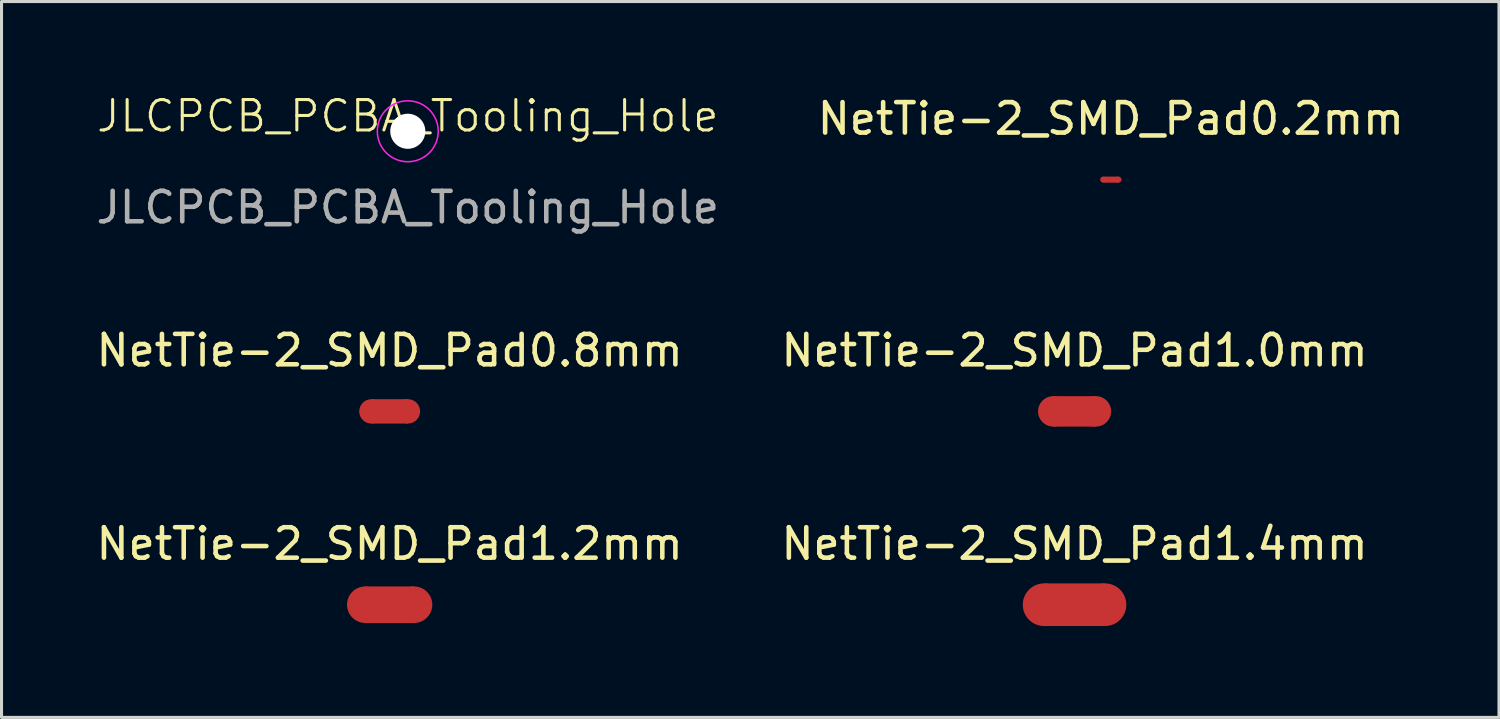
<source format=kicad_pcb>
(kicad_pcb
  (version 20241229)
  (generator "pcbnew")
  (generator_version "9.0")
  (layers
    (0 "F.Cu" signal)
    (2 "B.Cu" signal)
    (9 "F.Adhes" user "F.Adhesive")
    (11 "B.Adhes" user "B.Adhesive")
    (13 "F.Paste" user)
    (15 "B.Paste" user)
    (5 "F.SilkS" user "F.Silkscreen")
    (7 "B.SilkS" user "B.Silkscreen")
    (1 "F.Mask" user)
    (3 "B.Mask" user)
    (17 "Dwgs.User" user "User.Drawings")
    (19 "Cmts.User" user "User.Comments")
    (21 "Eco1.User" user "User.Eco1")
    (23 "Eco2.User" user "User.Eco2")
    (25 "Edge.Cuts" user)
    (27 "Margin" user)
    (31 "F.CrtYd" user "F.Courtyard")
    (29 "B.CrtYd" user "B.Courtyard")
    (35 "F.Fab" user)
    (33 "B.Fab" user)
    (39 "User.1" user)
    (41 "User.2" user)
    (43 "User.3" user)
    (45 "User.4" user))
  (footprint "NetTie-2_SMD_Pad0.2mm"
    (layer "F.Cu")
    (at 33.423 2.848)
    (property "Reference" "NetTie-2_SMD_Pad0.2mm" (at 0 -2 0) (layer "F.SilkS") (effects (font (size 1 1) (thickness 0.15))))
    (attr exclude_from_pos_files exclude_from_bom allow_missing_courtyard)
    (fp_poly (pts (xy -0.25 -0.1) (xy 0.25 -0.1) (xy 0.25 0.1) (xy -0.25 0.1)) (stroke (width 0) (type solid)) (fill yes) (layer "F.Cu"))
    (pad "1" smd circle (at -0.25 0) (size 0.2 0.2) (layers "F.Cu"))
    (pad "2" smd circle (at 0.25 0) (size 0.2 0.2) (layers "F.Cu")))
  (footprint "JLCPCB_PCBA_Tooling_Hole"
    (layer "F.Cu")
    (at 10.339 1.26)
    (property "Reference" "JLCPCB_PCBA_Tooling_Hole" (at 0 -0.5 0) (unlocked yes) (layer "F.SilkS") (effects (font (size 1 1) (thickness 0.1))))
    (attr exclude_from_pos_files exclude_from_bom)
    (fp_circle (center 0 0) (end 1 0) (stroke (width 0.05) (type solid)) (fill no) (layer "F.CrtYd"))
    (fp_text user "${REFERENCE}" (at 0 2.5 0) (unlocked yes) (layer "F.Fab") (effects (font (size 1 1) (thickness 0.15))))
    (pad "" np_thru_hole circle (at 0 0) (size 1.152 1.152) (drill 1.152) (layers "*.Cu" "*.Mask")))
  (footprint "NetTie-2_SMD_Pad1.2mm"
    (layer "F.Cu")
    (at 9.744 16.805)
    (property "Reference" "NetTie-2_SMD_Pad1.2mm" (at 0 -2 0) (layer "F.SilkS") (effects (font (size 1 1) (thickness 0.15))))
    (attr exclude_from_pos_files exclude_from_bom allow_missing_courtyard)
    (fp_poly (pts (xy -0.8 -0.6) (xy 0.8 -0.6) (xy 0.8 0.6) (xy -0.8 0.6)) (stroke (width 0) (type solid)) (fill yes) (layer "F.Cu"))
    (pad "1" smd circle (at -0.8 0) (size 1.2 1.2) (layers "F.Cu"))
    (pad "2" smd circle (at 0.8 0) (size 1.2 1.2) (layers "F.Cu")))
  (footprint "NetTie-2_SMD_Pad0.8mm"
    (layer "F.Cu")
    (at 9.744 10.457)
    (property "Reference" "NetTie-2_SMD_Pad0.8mm" (at 0 -2 0) (layer "F.SilkS") (effects (font (size 1 1) (thickness 0.15))))
    (attr exclude_from_pos_files exclude_from_bom allow_missing_courtyard)
    (fp_poly (pts (xy -0.6 -0.4) (xy 0.6 -0.4) (xy 0.6 0.4) (xy -0.6 0.4)) (stroke (width 0) (type solid)) (fill yes) (layer "F.Cu"))
    (pad "1" smd circle (at -0.6 0) (size 0.8 0.8) (layers "F.Cu"))
    (pad "2" smd circle (at 0.6 0) (size 0.8 0.8) (layers "F.Cu")))
  (footprint "NetTie-2_SMD_Pad1.4mm"
    (layer "F.Cu")
    (at 32.232 16.805)
    (property "Reference" "NetTie-2_SMD_Pad1.4mm" (at 0 -2 0) (layer "F.SilkS") (effects (font (size 1 1) (thickness 0.15))))
    (attr exclude_from_pos_files exclude_from_bom allow_missing_courtyard)
    (fp_poly (pts (xy -1 -0.7) (xy 1 -0.7) (xy 1 0.7) (xy -1 0.7)) (stroke (width 0) (type solid)) (fill yes) (layer "F.Cu"))
    (pad "1" smd circle (at -1 0) (size 1.4 1.4) (layers "F.Cu"))
    (pad "2" smd circle (at 1 0) (size 1.4 1.4) (layers "F.Cu")))
  (footprint "NetTie-2_SMD_Pad1.0mm"
    (layer "F.Cu")
    (at 32.232 10.457)
    (property "Reference" "NetTie-2_SMD_Pad1.0mm" (at 0 -2 0) (layer "F.SilkS") (effects (font (size 1 1) (thickness 0.15))))
    (attr exclude_from_pos_files exclude_from_bom allow_missing_courtyard)
    (fp_poly (pts (xy -0.7 -0.5) (xy 0.7 -0.5) (xy 0.7 0.5) (xy -0.7 0.5)) (stroke (width 0) (type solid)) (fill yes) (layer "F.Cu"))
    (pad "1" smd circle (at -0.7 0) (size 1 1) (layers "F.Cu"))
    (pad "2" smd circle (at 0.7 0) (size 1 1) (layers "F.Cu")))
  (gr_rect
    (start -3 -3)
    (end 46.167 20.505)
    (stroke (width 0.1) (type default))
    (fill no)
    (layer "Edge.Cuts")))
</source>
